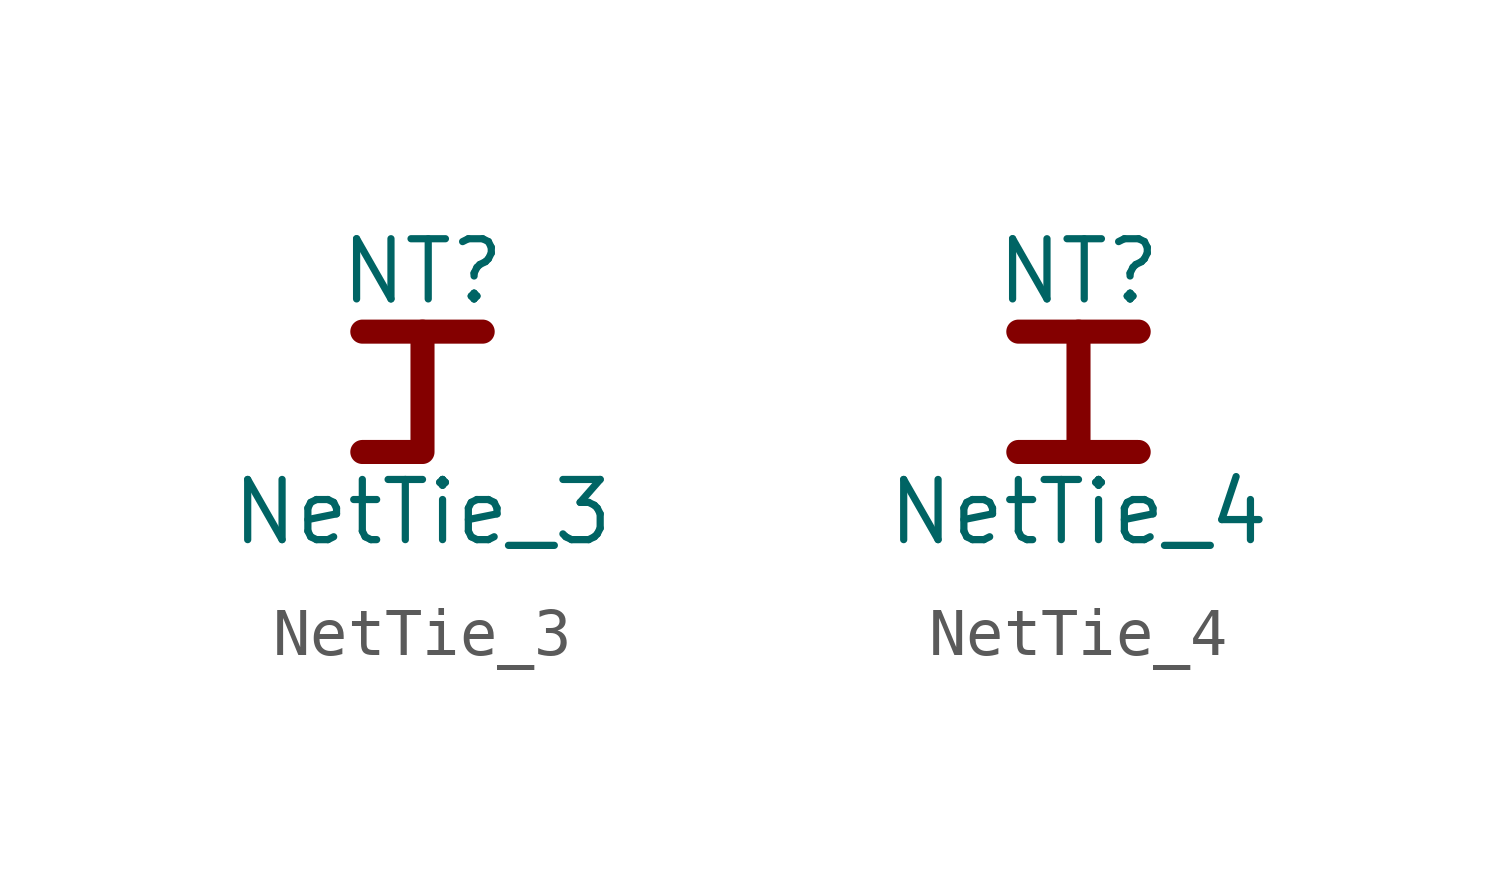
<source format=kicad_sym>
(kicad_symbol_lib
  (version 20220914)
  (generator kicad_symbol_editor)
  (symbol "NetTie_3"
    (pin_numbers hide)
    (pin_names
      (offset 0) hide)
    (property "Reference" "NT"
      (at 0 1.27 0)
      (effects (font (size 1.27 1.27))))
    (property "Value" "NetTie_3"
      (at 0 -3.81 0)
      (effects (font (size 1.27 1.27))))
    (symbol "NetTie_3_0_1"
      (polyline (pts (xy -1.27 0) (xy 1.27 0)) (stroke (width 0.508) (type default)) (fill (type none)))
      (polyline (pts (xy 0 0) (xy 0 -2.54) (xy -1.27 -2.54)) (stroke (width 0.508) (type default)) (fill (type none))))
    (symbol "NetTie_3_1_1"
      (pin passive line (at -1.27 0 0) (length 1.27) (name "1" (effects (font (size 1.27 1.27)))) (number "1" (effects (font (size 1.27 1.27)))))
      (pin passive line (at 1.27 0 180) (length 1.27) (name "2" (effects (font (size 1.27 1.27)))) (number "2" (effects (font (size 1.27 1.27)))))
      (pin passive line (at -1.27 -2.54 0) (length 1.27) (name "3" (effects (font (size 1.27 1.27)))) (number "3" (effects (font (size 1.27 1.27)))))))
  (symbol "NetTie_4"
    (pin_numbers hide)
    (pin_names
      (offset 0) hide)
    (property "Reference" "NT"
      (at 0 1.27 0)
      (effects (font (size 1.27 1.27))))
    (property "Value" "NetTie_4"
      (at 0 -3.81 0)
      (effects (font (size 1.27 1.27))))
    (symbol "NetTie_4_0_1"
      (polyline (pts (xy -1.27 -2.54) (xy 1.27 -2.54)) (stroke (width 0.508) (type default)) (fill (type none)))
      (polyline (pts (xy -1.27 0) (xy 1.27 0)) (stroke (width 0.508) (type default)) (fill (type none)))
      (polyline (pts (xy 0 -2.54) (xy 0 0)) (stroke (width 0.508) (type default)) (fill (type none))))
    (symbol "NetTie_4_1_1"
      (pin passive line (at -1.27 0 0) (length 1.27) (name "1" (effects (font (size 1.27 1.27)))) (number "1" (effects (font (size 1.27 1.27)))))
      (pin passive line (at 1.27 0 180) (length 1.27) (name "2" (effects (font (size 1.27 1.27)))) (number "2" (effects (font (size 1.27 1.27)))))
      (pin passive line (at -1.27 -2.54 0) (length 1.27) (name "3" (effects (font (size 1.27 1.27)))) (number "3" (effects (font (size 1.27 1.27)))))
      (pin passive line (at 1.27 -2.54 180) (length 1.27) (name "4" (effects (font (size 1.27 1.27)))) (number "4" (effects (font (size 1.27 1.27))))))))
</source>
